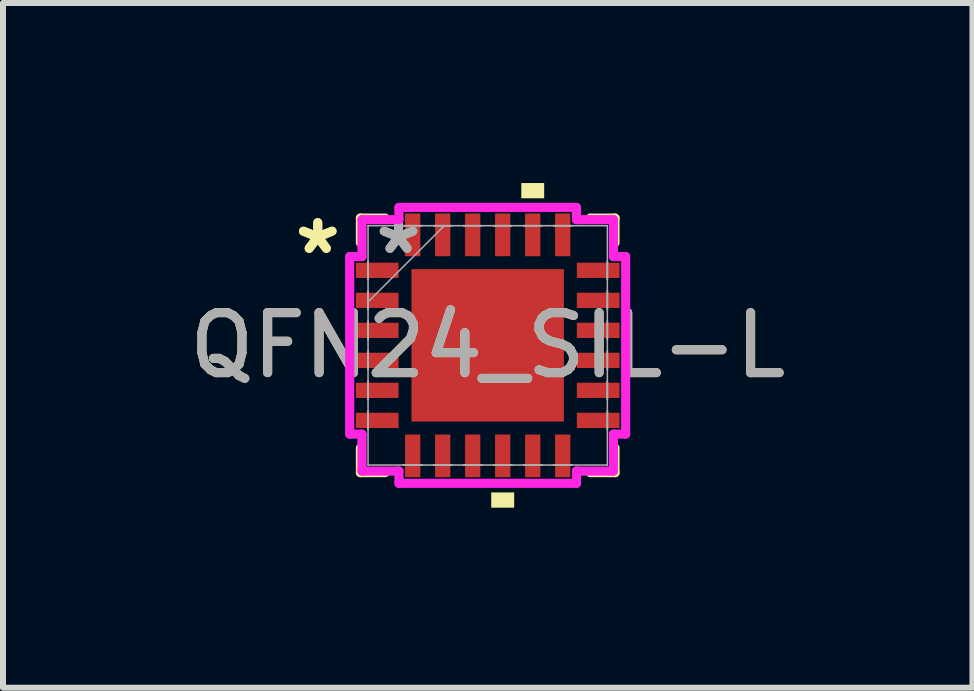
<source format=kicad_pcb>
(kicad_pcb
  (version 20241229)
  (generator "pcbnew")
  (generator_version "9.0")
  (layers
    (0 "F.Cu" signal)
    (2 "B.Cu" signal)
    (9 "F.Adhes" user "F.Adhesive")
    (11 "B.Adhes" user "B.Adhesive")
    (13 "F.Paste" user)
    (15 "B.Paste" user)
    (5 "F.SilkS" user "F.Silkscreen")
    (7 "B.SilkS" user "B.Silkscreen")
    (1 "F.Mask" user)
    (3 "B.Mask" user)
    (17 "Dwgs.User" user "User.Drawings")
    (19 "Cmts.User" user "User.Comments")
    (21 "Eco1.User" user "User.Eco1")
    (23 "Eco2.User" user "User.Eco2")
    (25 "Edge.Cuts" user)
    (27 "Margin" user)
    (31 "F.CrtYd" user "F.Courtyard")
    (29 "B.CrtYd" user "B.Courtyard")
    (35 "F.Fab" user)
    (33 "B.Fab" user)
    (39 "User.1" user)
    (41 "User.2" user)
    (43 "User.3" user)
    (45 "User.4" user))
  (footprint "QFN24_SIL-L"
    (layer "F.Cu")
    (at 5.077 2.705)
    (property "Reference" "QFN24_SIL-L" (at 0 0 0) (unlocked yes) (layer "F.SilkS") (effects (font (size 1 1) (thickness 0.15))))
    (attr smd)
    (fp_line (start -2.121 -2.121) (end -2.121 -1.71) (stroke (width 0.152) (type solid)) (layer "F.SilkS"))
    (fp_line (start -2.121 1.71) (end -2.121 2.121) (stroke (width 0.152) (type solid)) (layer "F.SilkS"))
    (fp_line (start -2.121 2.121) (end -1.71 2.121) (stroke (width 0.152) (type solid)) (layer "F.SilkS"))
    (fp_line (start -1.71 -2.121) (end -2.121 -2.121) (stroke (width 0.152) (type solid)) (layer "F.SilkS"))
    (fp_line (start 1.71 2.121) (end 2.121 2.121) (stroke (width 0.152) (type solid)) (layer "F.SilkS"))
    (fp_line (start 2.121 -2.121) (end 1.71 -2.121) (stroke (width 0.152) (type solid)) (layer "F.SilkS"))
    (fp_line (start 2.121 -1.71) (end 2.121 -2.121) (stroke (width 0.152) (type solid)) (layer "F.SilkS"))
    (fp_line (start 2.121 2.121) (end 2.121 1.71) (stroke (width 0.152) (type solid)) (layer "F.SilkS"))
    (fp_poly (pts (xy 0.059 2.451) (xy 0.059 2.705) (xy 0.441 2.705) (xy 0.441 2.451)) (stroke (width 0) (type solid)) (fill yes) (layer "F.SilkS"))
    (fp_poly (pts (xy 0.56 -2.451) (xy 0.56 -2.705) (xy 0.941 -2.705) (xy 0.941 -2.451)) (stroke (width 0) (type solid)) (fill yes) (layer "F.SilkS"))
    (fp_poly (pts (xy -1.17 -1.17) (xy -1.17 -0.1) (xy -0.1 -0.1) (xy -0.1 -1.17)) (stroke (width 0) (type solid)) (fill yes) (layer "F.Paste"))
    (fp_poly (pts (xy -1.17 0.1) (xy -1.17 1.17) (xy -0.1 1.17) (xy -0.1 0.1)) (stroke (width 0) (type solid)) (fill yes) (layer "F.Paste"))
    (fp_poly (pts (xy 0.1 -1.17) (xy 0.1 -0.1) (xy 1.17 -0.1) (xy 1.17 -1.17)) (stroke (width 0) (type solid)) (fill yes) (layer "F.Paste"))
    (fp_poly (pts (xy 0.1 0.1) (xy 0.1 1.17) (xy 1.17 1.17) (xy 1.17 0.1)) (stroke (width 0) (type solid)) (fill yes) (layer "F.Paste"))
    (fp_line (start -2.299 -1.479) (end -2.095 -1.479) (stroke (width 0.152) (type solid)) (layer "F.CrtYd"))
    (fp_line (start -2.299 1.479) (end -2.299 -1.479) (stroke (width 0.152) (type solid)) (layer "F.CrtYd"))
    (fp_line (start -2.095 -2.095) (end -1.479 -2.095) (stroke (width 0.152) (type solid)) (layer "F.CrtYd"))
    (fp_line (start -2.095 -1.479) (end -2.095 -2.095) (stroke (width 0.152) (type solid)) (layer "F.CrtYd"))
    (fp_line (start -2.095 1.479) (end -2.299 1.479) (stroke (width 0.152) (type solid)) (layer "F.CrtYd"))
    (fp_line (start -2.095 2.095) (end -2.095 1.479) (stroke (width 0.152) (type solid)) (layer "F.CrtYd"))
    (fp_line (start -1.479 -2.299) (end 1.479 -2.299) (stroke (width 0.152) (type solid)) (layer "F.CrtYd"))
    (fp_line (start -1.479 -2.095) (end -1.479 -2.299) (stroke (width 0.152) (type solid)) (layer "F.CrtYd"))
    (fp_line (start -1.479 2.095) (end -2.095 2.095) (stroke (width 0.152) (type solid)) (layer "F.CrtYd"))
    (fp_line (start -1.479 2.299) (end -1.479 2.095) (stroke (width 0.152) (type solid)) (layer "F.CrtYd"))
    (fp_line (start 1.479 -2.299) (end 1.479 -2.095) (stroke (width 0.152) (type solid)) (layer "F.CrtYd"))
    (fp_line (start 1.479 -2.095) (end 2.095 -2.095) (stroke (width 0.152) (type solid)) (layer "F.CrtYd"))
    (fp_line (start 1.479 2.095) (end 1.479 2.299) (stroke (width 0.152) (type solid)) (layer "F.CrtYd"))
    (fp_line (start 1.479 2.299) (end -1.479 2.299) (stroke (width 0.152) (type solid)) (layer "F.CrtYd"))
    (fp_line (start 2.095 -2.095) (end 2.095 -1.479) (stroke (width 0.152) (type solid)) (layer "F.CrtYd"))
    (fp_line (start 2.095 -1.479) (end 2.299 -1.479) (stroke (width 0.152) (type solid)) (layer "F.CrtYd"))
    (fp_line (start 2.095 1.479) (end 2.095 2.095) (stroke (width 0.152) (type solid)) (layer "F.CrtYd"))
    (fp_line (start 2.095 2.095) (end 1.479 2.095) (stroke (width 0.152) (type solid)) (layer "F.CrtYd"))
    (fp_line (start 2.299 -1.479) (end 2.299 1.479) (stroke (width 0.152) (type solid)) (layer "F.CrtYd"))
    (fp_line (start 2.299 1.479) (end 2.095 1.479) (stroke (width 0.152) (type solid)) (layer "F.CrtYd"))
    (fp_line (start -1.994 -1.994) (end -1.994 -1.994) (stroke (width 0.025) (type solid)) (layer "F.Fab"))
    (fp_line (start -1.994 -1.994) (end -1.994 1.994) (stroke (width 0.025) (type solid)) (layer "F.Fab"))
    (fp_line (start -1.994 -1.402) (end -1.994 -1.402) (stroke (width 0.025) (type solid)) (layer "F.Fab"))
    (fp_line (start -1.994 -1.402) (end -1.994 -1.098) (stroke (width 0.025) (type solid)) (layer "F.Fab"))
    (fp_line (start -1.994 -1.098) (end -1.994 -1.402) (stroke (width 0.025) (type solid)) (layer "F.Fab"))
    (fp_line (start -1.994 -1.098) (end -1.994 -1.098) (stroke (width 0.025) (type solid)) (layer "F.Fab"))
    (fp_line (start -1.994 -0.902) (end -1.994 -0.902) (stroke (width 0.025) (type solid)) (layer "F.Fab"))
    (fp_line (start -1.994 -0.902) (end -1.994 -0.598) (stroke (width 0.025) (type solid)) (layer "F.Fab"))
    (fp_line (start -1.994 -0.724) (end -0.724 -1.994) (stroke (width 0.025) (type solid)) (layer "F.Fab"))
    (fp_line (start -1.994 -0.598) (end -1.994 -0.902) (stroke (width 0.025) (type solid)) (layer "F.Fab"))
    (fp_line (start -1.994 -0.598) (end -1.994 -0.598) (stroke (width 0.025) (type solid)) (layer "F.Fab"))
    (fp_line (start -1.994 -0.402) (end -1.994 -0.402) (stroke (width 0.025) (type solid)) (layer "F.Fab"))
    (fp_line (start -1.994 -0.402) (end -1.994 -0.098) (stroke (width 0.025) (type solid)) (layer "F.Fab"))
    (fp_line (start -1.994 -0.098) (end -1.994 -0.402) (stroke (width 0.025) (type solid)) (layer "F.Fab"))
    (fp_line (start -1.994 -0.098) (end -1.994 -0.098) (stroke (width 0.025) (type solid)) (layer "F.Fab"))
    (fp_line (start -1.994 0.098) (end -1.994 0.098) (stroke (width 0.025) (type solid)) (layer "F.Fab"))
    (fp_line (start -1.994 0.098) (end -1.994 0.402) (stroke (width 0.025) (type solid)) (layer "F.Fab"))
    (fp_line (start -1.994 0.402) (end -1.994 0.098) (stroke (width 0.025) (type solid)) (layer "F.Fab"))
    (fp_line (start -1.994 0.402) (end -1.994 0.402) (stroke (width 0.025) (type solid)) (layer "F.Fab"))
    (fp_line (start -1.994 0.598) (end -1.994 0.598) (stroke (width 0.025) (type solid)) (layer "F.Fab"))
    (fp_line (start -1.994 0.598) (end -1.994 0.902) (stroke (width 0.025) (type solid)) (layer "F.Fab"))
    (fp_line (start -1.994 0.902) (end -1.994 0.598) (stroke (width 0.025) (type solid)) (layer "F.Fab"))
    (fp_line (start -1.994 0.902) (end -1.994 0.902) (stroke (width 0.025) (type solid)) (layer "F.Fab"))
    (fp_line (start -1.994 1.098) (end -1.994 1.098) (stroke (width 0.025) (type solid)) (layer "F.Fab"))
    (fp_line (start -1.994 1.098) (end -1.994 1.402) (stroke (width 0.025) (type solid)) (layer "F.Fab"))
    (fp_line (start -1.994 1.402) (end -1.994 1.098) (stroke (width 0.025) (type solid)) (layer "F.Fab"))
    (fp_line (start -1.994 1.402) (end -1.994 1.402) (stroke (width 0.025) (type solid)) (layer "F.Fab"))
    (fp_line (start -1.994 1.994) (end -1.994 1.994) (stroke (width 0.025) (type solid)) (layer "F.Fab"))
    (fp_line (start -1.994 1.994) (end 1.994 1.994) (stroke (width 0.025) (type solid)) (layer "F.Fab"))
    (fp_line (start -1.402 -1.994) (end -1.402 -1.994) (stroke (width 0.025) (type solid)) (layer "F.Fab"))
    (fp_line (start -1.402 -1.994) (end -1.098 -1.994) (stroke (width 0.025) (type solid)) (layer "F.Fab"))
    (fp_line (start -1.402 1.994) (end -1.402 1.994) (stroke (width 0.025) (type solid)) (layer "F.Fab"))
    (fp_line (start -1.402 1.994) (end -1.098 1.994) (stroke (width 0.025) (type solid)) (layer "F.Fab"))
    (fp_line (start -1.098 -1.994) (end -1.402 -1.994) (stroke (width 0.025) (type solid)) (layer "F.Fab"))
    (fp_line (start -1.098 -1.994) (end -1.098 -1.994) (stroke (width 0.025) (type solid)) (layer "F.Fab"))
    (fp_line (start -1.098 1.994) (end -1.402 1.994) (stroke (width 0.025) (type solid)) (layer "F.Fab"))
    (fp_line (start -1.098 1.994) (end -1.098 1.994) (stroke (width 0.025) (type solid)) (layer "F.Fab"))
    (fp_line (start -0.902 -1.994) (end -0.902 -1.994) (stroke (width 0.025) (type solid)) (layer "F.Fab"))
    (fp_line (start -0.902 -1.994) (end -0.598 -1.994) (stroke (width 0.025) (type solid)) (layer "F.Fab"))
    (fp_line (start -0.902 1.994) (end -0.902 1.994) (stroke (width 0.025) (type solid)) (layer "F.Fab"))
    (fp_line (start -0.902 1.994) (end -0.598 1.994) (stroke (width 0.025) (type solid)) (layer "F.Fab"))
    (fp_line (start -0.598 -1.994) (end -0.902 -1.994) (stroke (width 0.025) (type solid)) (layer "F.Fab"))
    (fp_line (start -0.598 -1.994) (end -0.598 -1.994) (stroke (width 0.025) (type solid)) (layer "F.Fab"))
    (fp_line (start -0.598 1.994) (end -0.902 1.994) (stroke (width 0.025) (type solid)) (layer "F.Fab"))
    (fp_line (start -0.598 1.994) (end -0.598 1.994) (stroke (width 0.025) (type solid)) (layer "F.Fab"))
    (fp_line (start -0.402 -1.994) (end -0.402 -1.994) (stroke (width 0.025) (type solid)) (layer "F.Fab"))
    (fp_line (start -0.402 -1.994) (end -0.098 -1.994) (stroke (width 0.025) (type solid)) (layer "F.Fab"))
    (fp_line (start -0.402 1.994) (end -0.402 1.994) (stroke (width 0.025) (type solid)) (layer "F.Fab"))
    (fp_line (start -0.402 1.994) (end -0.098 1.994) (stroke (width 0.025) (type solid)) (layer "F.Fab"))
    (fp_line (start -0.098 -1.994) (end -0.402 -1.994) (stroke (width 0.025) (type solid)) (layer "F.Fab"))
    (fp_line (start -0.098 -1.994) (end -0.098 -1.994) (stroke (width 0.025) (type solid)) (layer "F.Fab"))
    (fp_line (start -0.098 1.994) (end -0.402 1.994) (stroke (width 0.025) (type solid)) (layer "F.Fab"))
    (fp_line (start -0.098 1.994) (end -0.098 1.994) (stroke (width 0.025) (type solid)) (layer "F.Fab"))
    (fp_line (start 0.098 -1.994) (end 0.098 -1.994) (stroke (width 0.025) (type solid)) (layer "F.Fab"))
    (fp_line (start 0.098 -1.994) (end 0.402 -1.994) (stroke (width 0.025) (type solid)) (layer "F.Fab"))
    (fp_line (start 0.098 1.994) (end 0.098 1.994) (stroke (width 0.025) (type solid)) (layer "F.Fab"))
    (fp_line (start 0.098 1.994) (end 0.402 1.994) (stroke (width 0.025) (type solid)) (layer "F.Fab"))
    (fp_line (start 0.402 -1.994) (end 0.098 -1.994) (stroke (width 0.025) (type solid)) (layer "F.Fab"))
    (fp_line (start 0.402 -1.994) (end 0.402 -1.994) (stroke (width 0.025) (type solid)) (layer "F.Fab"))
    (fp_line (start 0.402 1.994) (end 0.098 1.994) (stroke (width 0.025) (type solid)) (layer "F.Fab"))
    (fp_line (start 0.402 1.994) (end 0.402 1.994) (stroke (width 0.025) (type solid)) (layer "F.Fab"))
    (fp_line (start 0.598 -1.994) (end 0.598 -1.994) (stroke (width 0.025) (type solid)) (layer "F.Fab"))
    (fp_line (start 0.598 -1.994) (end 0.902 -1.994) (stroke (width 0.025) (type solid)) (layer "F.Fab"))
    (fp_line (start 0.598 1.994) (end 0.598 1.994) (stroke (width 0.025) (type solid)) (layer "F.Fab"))
    (fp_line (start 0.598 1.994) (end 0.902 1.994) (stroke (width 0.025) (type solid)) (layer "F.Fab"))
    (fp_line (start 0.902 -1.994) (end 0.598 -1.994) (stroke (width 0.025) (type solid)) (layer "F.Fab"))
    (fp_line (start 0.902 -1.994) (end 0.902 -1.994) (stroke (width 0.025) (type solid)) (layer "F.Fab"))
    (fp_line (start 0.902 1.994) (end 0.598 1.994) (stroke (width 0.025) (type solid)) (layer "F.Fab"))
    (fp_line (start 0.902 1.994) (end 0.902 1.994) (stroke (width 0.025) (type solid)) (layer "F.Fab"))
    (fp_line (start 1.098 -1.994) (end 1.098 -1.994) (stroke (width 0.025) (type solid)) (layer "F.Fab"))
    (fp_line (start 1.098 -1.994) (end 1.402 -1.994) (stroke (width 0.025) (type solid)) (layer "F.Fab"))
    (fp_line (start 1.098 1.994) (end 1.098 1.994) (stroke (width 0.025) (type solid)) (layer "F.Fab"))
    (fp_line (start 1.098 1.994) (end 1.402 1.994) (stroke (width 0.025) (type solid)) (layer "F.Fab"))
    (fp_line (start 1.402 -1.994) (end 1.098 -1.994) (stroke (width 0.025) (type solid)) (layer "F.Fab"))
    (fp_line (start 1.402 -1.994) (end 1.402 -1.994) (stroke (width 0.025) (type solid)) (layer "F.Fab"))
    (fp_line (start 1.402 1.994) (end 1.098 1.994) (stroke (width 0.025) (type solid)) (layer "F.Fab"))
    (fp_line (start 1.402 1.994) (end 1.402 1.994) (stroke (width 0.025) (type solid)) (layer "F.Fab"))
    (fp_line (start 1.994 -1.994) (end -1.994 -1.994) (stroke (width 0.025) (type solid)) (layer "F.Fab"))
    (fp_line (start 1.994 -1.994) (end 1.994 -1.994) (stroke (width 0.025) (type solid)) (layer "F.Fab"))
    (fp_line (start 1.994 -1.402) (end 1.994 -1.402) (stroke (width 0.025) (type solid)) (layer "F.Fab"))
    (fp_line (start 1.994 -1.402) (end 1.994 -1.098) (stroke (width 0.025) (type solid)) (layer "F.Fab"))
    (fp_line (start 1.994 -1.098) (end 1.994 -1.402) (stroke (width 0.025) (type solid)) (layer "F.Fab"))
    (fp_line (start 1.994 -1.098) (end 1.994 -1.098) (stroke (width 0.025) (type solid)) (layer "F.Fab"))
    (fp_line (start 1.994 -0.902) (end 1.994 -0.902) (stroke (width 0.025) (type solid)) (layer "F.Fab"))
    (fp_line (start 1.994 -0.902) (end 1.994 -0.598) (stroke (width 0.025) (type solid)) (layer "F.Fab"))
    (fp_line (start 1.994 -0.598) (end 1.994 -0.902) (stroke (width 0.025) (type solid)) (layer "F.Fab"))
    (fp_line (start 1.994 -0.598) (end 1.994 -0.598) (stroke (width 0.025) (type solid)) (layer "F.Fab"))
    (fp_line (start 1.994 -0.402) (end 1.994 -0.402) (stroke (width 0.025) (type solid)) (layer "F.Fab"))
    (fp_line (start 1.994 -0.402) (end 1.994 -0.098) (stroke (width 0.025) (type solid)) (layer "F.Fab"))
    (fp_line (start 1.994 -0.098) (end 1.994 -0.402) (stroke (width 0.025) (type solid)) (layer "F.Fab"))
    (fp_line (start 1.994 -0.098) (end 1.994 -0.098) (stroke (width 0.025) (type solid)) (layer "F.Fab"))
    (fp_line (start 1.994 0.098) (end 1.994 0.098) (stroke (width 0.025) (type solid)) (layer "F.Fab"))
    (fp_line (start 1.994 0.098) (end 1.994 0.402) (stroke (width 0.025) (type solid)) (layer "F.Fab"))
    (fp_line (start 1.994 0.402) (end 1.994 0.098) (stroke (width 0.025) (type solid)) (layer "F.Fab"))
    (fp_line (start 1.994 0.402) (end 1.994 0.402) (stroke (width 0.025) (type solid)) (layer "F.Fab"))
    (fp_line (start 1.994 0.598) (end 1.994 0.598) (stroke (width 0.025) (type solid)) (layer "F.Fab"))
    (fp_line (start 1.994 0.598) (end 1.994 0.902) (stroke (width 0.025) (type solid)) (layer "F.Fab"))
    (fp_line (start 1.994 0.902) (end 1.994 0.598) (stroke (width 0.025) (type solid)) (layer "F.Fab"))
    (fp_line (start 1.994 0.902) (end 1.994 0.902) (stroke (width 0.025) (type solid)) (layer "F.Fab"))
    (fp_line (start 1.994 1.098) (end 1.994 1.098) (stroke (width 0.025) (type solid)) (layer "F.Fab"))
    (fp_line (start 1.994 1.098) (end 1.994 1.402) (stroke (width 0.025) (type solid)) (layer "F.Fab"))
    (fp_line (start 1.994 1.402) (end 1.994 1.098) (stroke (width 0.025) (type solid)) (layer "F.Fab"))
    (fp_line (start 1.994 1.402) (end 1.994 1.402) (stroke (width 0.025) (type solid)) (layer "F.Fab"))
    (fp_line (start 1.994 1.994) (end 1.994 -1.994) (stroke (width 0.025) (type solid)) (layer "F.Fab"))
    (fp_line (start 1.994 1.994) (end 1.994 1.994) (stroke (width 0.025) (type solid)) (layer "F.Fab"))
    (fp_text user "*" (at -2.832 -1.5 0) (unlocked yes) (layer "F.SilkS") (effects (font (size 1 1) (thickness 0.15))))
    (fp_text user "*" (at -2.832 -1.5 0) (layer "F.SilkS") (effects (font (size 1 1) (thickness 0.15))))
    (fp_text user "*" (at -1.486 -1.5 0) (unlocked yes) (layer "F.Fab") (effects (font (size 1 1) (thickness 0.15))))
    (fp_text user "${REFERENCE}" (at 0 0 0) (unlocked yes) (layer "F.Fab") (effects (font (size 1 1) (thickness 0.15))))
    (fp_text user "*" (at -1.486 -1.5 0) (layer "F.Fab") (effects (font (size 1 1) (thickness 0.15))))
    (pad "1" smd rect (at -1.841 -1.25 90) (size 0.254 0.711) (layers "F.Cu" "F.Mask" "F.Paste"))
    (pad "2" smd rect (at -1.841 -0.75 90) (size 0.254 0.711) (layers "F.Cu" "F.Mask" "F.Paste"))
    (pad "3" smd rect (at -1.841 -0.25 90) (size 0.254 0.711) (layers "F.Cu" "F.Mask" "F.Paste"))
    (pad "4" smd rect (at -1.841 0.25 90) (size 0.254 0.711) (layers "F.Cu" "F.Mask" "F.Paste"))
    (pad "5" smd rect (at -1.841 0.75 90) (size 0.254 0.711) (layers "F.Cu" "F.Mask" "F.Paste"))
    (pad "6" smd rect (at -1.841 1.25 90) (size 0.254 0.711) (layers "F.Cu" "F.Mask" "F.Paste"))
    (pad "7" smd rect (at -1.25 1.841) (size 0.254 0.711) (layers "F.Cu" "F.Mask" "F.Paste"))
    (pad "8" smd rect (at -0.75 1.841) (size 0.254 0.711) (layers "F.Cu" "F.Mask" "F.Paste"))
    (pad "9" smd rect (at -0.25 1.841) (size 0.254 0.711) (layers "F.Cu" "F.Mask" "F.Paste"))
    (pad "10" smd rect (at 0.25 1.841) (size 0.254 0.711) (layers "F.Cu" "F.Mask" "F.Paste"))
    (pad "11" smd rect (at 0.75 1.841) (size 0.254 0.711) (layers "F.Cu" "F.Mask" "F.Paste"))
    (pad "12" smd rect (at 1.25 1.841) (size 0.254 0.711) (layers "F.Cu" "F.Mask" "F.Paste"))
    (pad "13" smd rect (at 1.841 1.25 90) (size 0.254 0.711) (layers "F.Cu" "F.Mask" "F.Paste"))
    (pad "14" smd rect (at 1.841 0.75 90) (size 0.254 0.711) (layers "F.Cu" "F.Mask" "F.Paste"))
    (pad "15" smd rect (at 1.841 0.25 90) (size 0.254 0.711) (layers "F.Cu" "F.Mask" "F.Paste"))
    (pad "16" smd rect (at 1.841 -0.25 90) (size 0.254 0.711) (layers "F.Cu" "F.Mask" "F.Paste"))
    (pad "17" smd rect (at 1.841 -0.75 90) (size 0.254 0.711) (layers "F.Cu" "F.Mask" "F.Paste"))
    (pad "18" smd rect (at 1.841 -1.25 90) (size 0.254 0.711) (layers "F.Cu" "F.Mask" "F.Paste"))
    (pad "19" smd rect (at 1.25 -1.841) (size 0.254 0.711) (layers "F.Cu" "F.Mask" "F.Paste"))
    (pad "20" smd rect (at 0.75 -1.841) (size 0.254 0.711) (layers "F.Cu" "F.Mask" "F.Paste"))
    (pad "21" smd rect (at 0.25 -1.841) (size 0.254 0.711) (layers "F.Cu" "F.Mask" "F.Paste"))
    (pad "22" smd rect (at -0.25 -1.841) (size 0.254 0.711) (layers "F.Cu" "F.Mask" "F.Paste"))
    (pad "23" smd rect (at -0.75 -1.841) (size 0.254 0.711) (layers "F.Cu" "F.Mask" "F.Paste"))
    (pad "24" smd rect (at -1.25 -1.841) (size 0.254 0.711) (layers "F.Cu" "F.Mask" "F.Paste"))
    (pad "25" smd rect (at 0 0) (size 2.54 2.54) (layers "F.Cu" "F.Mask")))
  (gr_rect
    (start -3 -3)
    (end 13.155 8.41)
    (stroke (width 0.1) (type default))
    (fill no)
    (layer "Edge.Cuts")))
</source>
